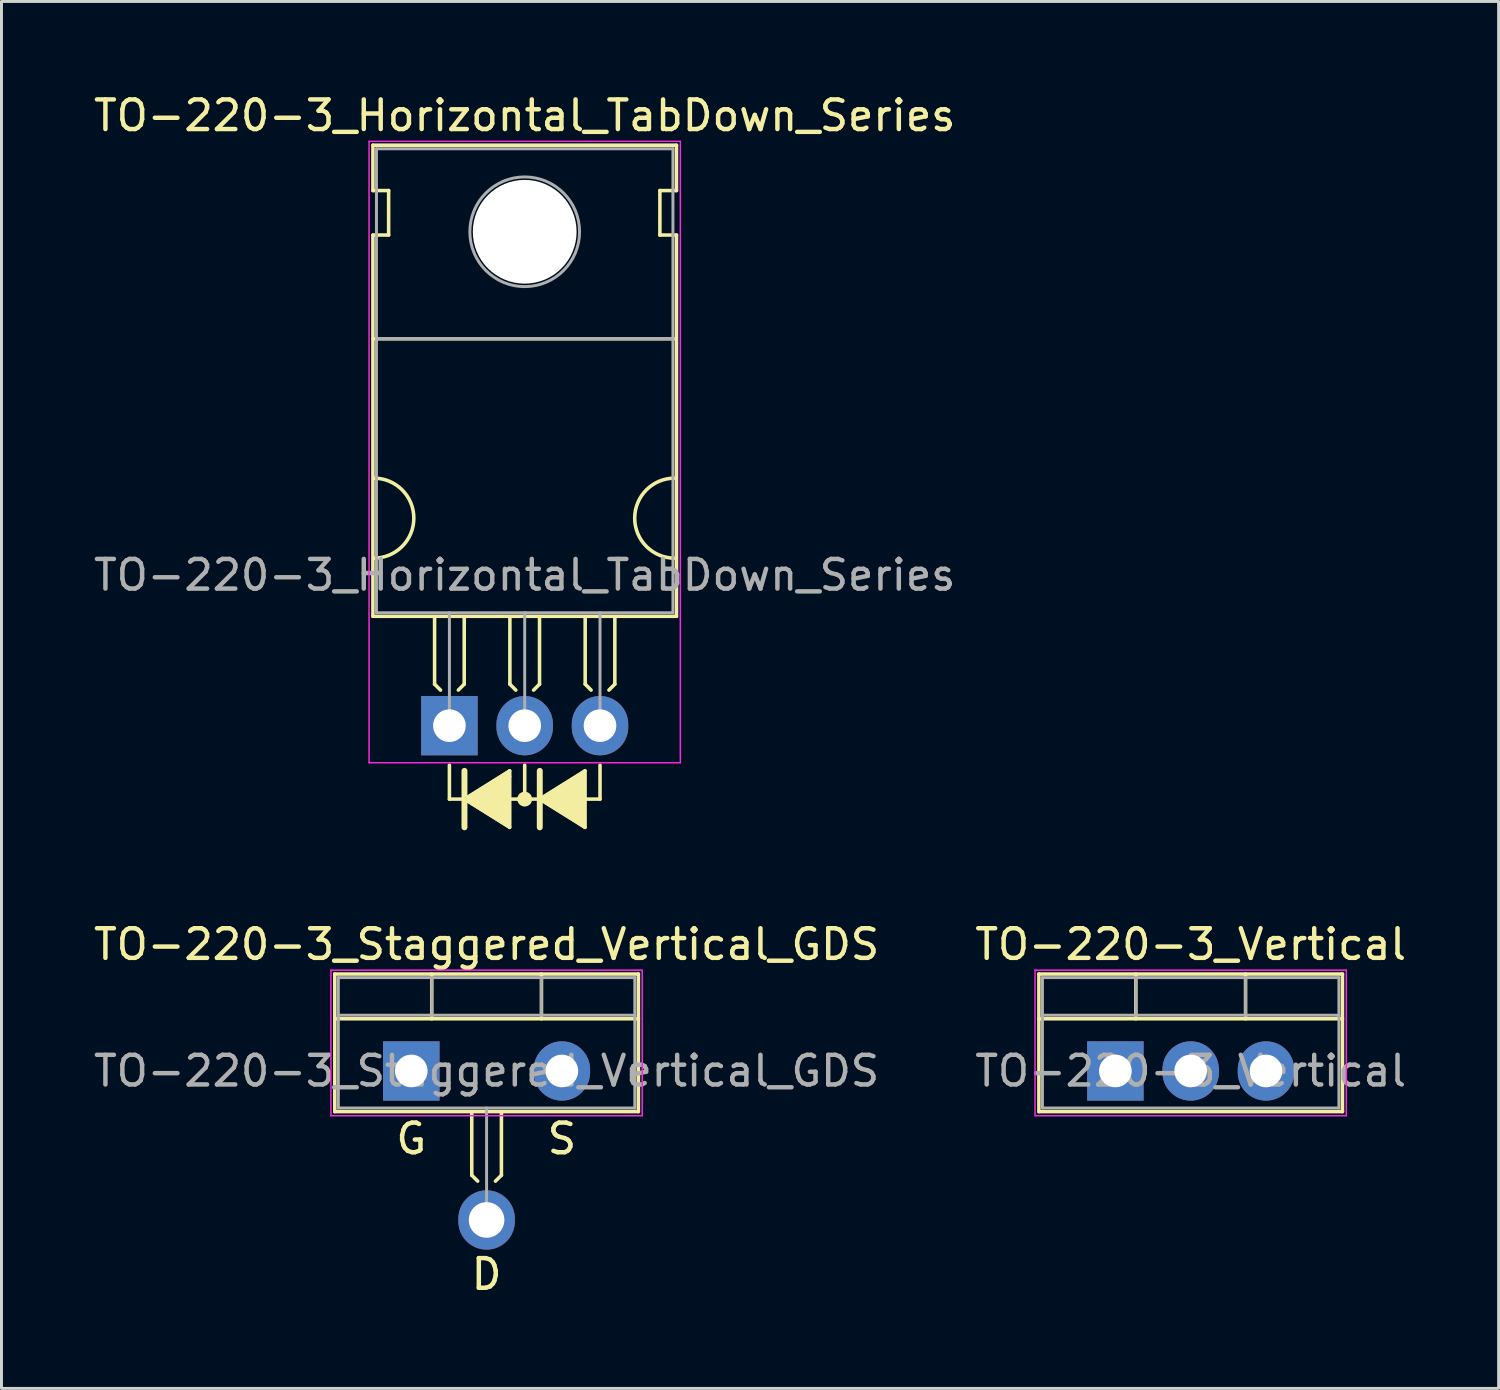
<source format=kicad_pcb>
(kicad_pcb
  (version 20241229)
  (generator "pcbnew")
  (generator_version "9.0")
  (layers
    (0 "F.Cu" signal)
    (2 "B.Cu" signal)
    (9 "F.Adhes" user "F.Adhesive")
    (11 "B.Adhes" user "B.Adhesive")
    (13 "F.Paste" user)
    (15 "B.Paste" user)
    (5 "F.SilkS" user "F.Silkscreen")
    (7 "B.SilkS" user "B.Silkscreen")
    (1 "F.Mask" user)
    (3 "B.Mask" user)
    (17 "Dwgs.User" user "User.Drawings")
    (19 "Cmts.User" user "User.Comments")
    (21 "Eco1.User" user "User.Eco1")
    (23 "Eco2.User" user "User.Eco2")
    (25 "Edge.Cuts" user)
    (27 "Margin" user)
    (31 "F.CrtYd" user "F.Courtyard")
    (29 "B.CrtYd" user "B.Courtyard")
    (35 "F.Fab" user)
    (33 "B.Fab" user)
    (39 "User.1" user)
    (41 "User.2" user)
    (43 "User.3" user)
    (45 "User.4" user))
  (footprint "TO-220-3_Vertical"
    (layer "F.Cu")
    (at 34.573 33.075)
    (property "Reference" "TO-220-3_Vertical" (at 2.54 -4.27 0) (layer "F.SilkS") (effects (font (size 1 1) (thickness 0.15))))
    (attr through_hole)
    (fp_line (start -2.58 -3.27) (end -2.58 1.371) (stroke (width 0.12) (type solid)) (layer "F.SilkS"))
    (fp_line (start -2.58 -3.27) (end 7.66 -3.27) (stroke (width 0.12) (type solid)) (layer "F.SilkS"))
    (fp_line (start -2.58 -1.76) (end 7.66 -1.76) (stroke (width 0.12) (type solid)) (layer "F.SilkS"))
    (fp_line (start -2.58 1.371) (end 7.66 1.371) (stroke (width 0.12) (type solid)) (layer "F.SilkS"))
    (fp_line (start 0.69 -3.27) (end 0.69 -1.76) (stroke (width 0.12) (type solid)) (layer "F.SilkS"))
    (fp_line (start 4.391 -3.27) (end 4.391 -1.76) (stroke (width 0.12) (type solid)) (layer "F.SilkS"))
    (fp_line (start 7.66 -3.27) (end 7.66 1.371) (stroke (width 0.12) (type solid)) (layer "F.SilkS"))
    (fp_line (start -2.71 -3.4) (end -2.71 1.51) (stroke (width 0.05) (type solid)) (layer "F.CrtYd"))
    (fp_line (start -2.71 1.51) (end 7.79 1.51) (stroke (width 0.05) (type solid)) (layer "F.CrtYd"))
    (fp_line (start 7.79 -3.4) (end -2.71 -3.4) (stroke (width 0.05) (type solid)) (layer "F.CrtYd"))
    (fp_line (start 7.79 1.51) (end 7.79 -3.4) (stroke (width 0.05) (type solid)) (layer "F.CrtYd"))
    (fp_line (start -2.46 -3.15) (end -2.46 1.25) (stroke (width 0.1) (type solid)) (layer "F.Fab"))
    (fp_line (start -2.46 -1.88) (end 7.54 -1.88) (stroke (width 0.1) (type solid)) (layer "F.Fab"))
    (fp_line (start -2.46 1.25) (end 7.54 1.25) (stroke (width 0.1) (type solid)) (layer "F.Fab"))
    (fp_line (start 0.69 -3.15) (end 0.69 -1.88) (stroke (width 0.1) (type solid)) (layer "F.Fab"))
    (fp_line (start 4.39 -3.15) (end 4.39 -1.88) (stroke (width 0.1) (type solid)) (layer "F.Fab"))
    (fp_line (start 7.54 -3.15) (end -2.46 -3.15) (stroke (width 0.1) (type solid)) (layer "F.Fab"))
    (fp_line (start 7.54 1.25) (end 7.54 -3.15) (stroke (width 0.1) (type solid)) (layer "F.Fab"))
    (fp_text user "${REFERENCE}" (at 2.54 0 0) (layer "F.Fab") (effects (font (size 1 1) (thickness 0.15))))
    (pad "1" thru_hole rect (at 0 0) (size 1.905 2) (drill 1.1) (layers "*.Cu" "*.Mask"))
    (pad "2" thru_hole oval (at 2.54 0) (size 1.905 2) (drill 1.1) (layers "*.Cu" "*.Mask"))
    (pad "3" thru_hole oval (at 5.08 0) (size 1.905 2) (drill 1.1) (layers "*.Cu" "*.Mask")))
  (footprint "TO-220-3_Horizontal_TabDown_Series"
    (layer "F.Cu")
    (at 12.109 21.428)
    (property "Reference" "TO-220-3_Horizontal_TabDown_Series" (at 2.54 -20.58 0) (layer "F.SilkS") (effects (font (size 1 1) (thickness 0.15))))
    (attr through_hole)
    (fp_line (start -2.58 -19.58) (end -2.58 -18.05) (stroke (width 0.12) (type solid)) (layer "F.SilkS"))
    (fp_line (start -2.58 -19.58) (end 7.66 -19.58) (stroke (width 0.12) (type solid)) (layer "F.SilkS"))
    (fp_line (start -2.58 -18.05) (end -2.05 -18.05) (stroke (width 0.12) (type solid)) (layer "F.SilkS"))
    (fp_line (start -2.58 -16.55) (end -2.58 -3.69) (stroke (width 0.12) (type solid)) (layer "F.SilkS"))
    (fp_line (start -2.58 -3.69) (end 7.66 -3.69) (stroke (width 0.12) (type solid)) (layer "F.SilkS"))
    (fp_line (start -2.575 -13.05) (end 7.65 -13.05) (stroke (width 0.12) (type solid)) (layer "F.SilkS"))
    (fp_line (start -2.05 -18.05) (end -2.05 -16.55) (stroke (width 0.12) (type solid)) (layer "F.SilkS"))
    (fp_line (start -2.05 -16.55) (end -2.575 -16.55) (stroke (width 0.12) (type solid)) (layer "F.SilkS"))
    (fp_line (start -0.5 -3.65) (end -0.5 -1.4) (stroke (width 0.12) (type solid)) (layer "F.SilkS"))
    (fp_line (start -0.5 -1.4) (end -0.3 -1.2) (stroke (width 0.12) (type solid)) (layer "F.SilkS"))
    (fp_line (start 0 1.333) (end 0 2.477) (stroke (width 0.12) (type solid)) (layer "F.SilkS"))
    (fp_line (start 0 2.477) (end 0.508 2.477) (stroke (width 0.12) (type solid)) (layer "F.SilkS"))
    (fp_line (start 0.5 -3.65) (end 0.5 -1.4) (stroke (width 0.12) (type solid)) (layer "F.SilkS"))
    (fp_line (start 0.5 -1.4) (end 0.3 -1.2) (stroke (width 0.12) (type solid)) (layer "F.SilkS"))
    (fp_line (start 0.508 1.524) (end 0.508 3.429) (stroke (width 0.2) (type solid)) (layer "F.SilkS"))
    (fp_line (start 0.508 2.477) (end 2.032 1.524) (stroke (width 0.12) (type solid)) (layer "F.SilkS"))
    (fp_line (start 0.508 2.477) (end 2.032 3.429) (stroke (width 0.12) (type solid)) (layer "F.SilkS"))
    (fp_line (start 2.032 1.714) (end 2.032 1.524) (stroke (width 0.12) (type solid)) (layer "F.SilkS"))
    (fp_line (start 2.032 3.429) (end 2.032 1.714) (stroke (width 0.12) (type solid)) (layer "F.SilkS"))
    (fp_line (start 2.04 -3.65) (end 2.04 -1.4) (stroke (width 0.12) (type solid)) (layer "F.SilkS"))
    (fp_line (start 2.04 -1.4) (end 2.24 -1.2) (stroke (width 0.12) (type solid)) (layer "F.SilkS"))
    (fp_line (start 2.54 1.333) (end 2.54 2.477) (stroke (width 0.12) (type solid)) (layer "F.SilkS"))
    (fp_line (start 2.54 2.477) (end 2.032 2.477) (stroke (width 0.12) (type solid)) (layer "F.SilkS"))
    (fp_line (start 2.54 2.477) (end 3.048 2.477) (stroke (width 0.12) (type solid)) (layer "F.SilkS"))
    (fp_line (start 3.04 -3.65) (end 3.04 -1.4) (stroke (width 0.12) (type solid)) (layer "F.SilkS"))
    (fp_line (start 3.04 -1.4) (end 2.84 -1.2) (stroke (width 0.12) (type solid)) (layer "F.SilkS"))
    (fp_line (start 3.048 1.524) (end 3.048 3.429) (stroke (width 0.2) (type solid)) (layer "F.SilkS"))
    (fp_line (start 3.048 2.477) (end 4.572 3.429) (stroke (width 0.12) (type solid)) (layer "F.SilkS"))
    (fp_line (start 4.572 1.524) (end 3.048 2.477) (stroke (width 0.12) (type solid)) (layer "F.SilkS"))
    (fp_line (start 4.572 3.429) (end 4.572 1.524) (stroke (width 0.12) (type solid)) (layer "F.SilkS"))
    (fp_line (start 4.58 -3.65) (end 4.58 -1.4) (stroke (width 0.12) (type solid)) (layer "F.SilkS"))
    (fp_line (start 4.58 -1.4) (end 4.78 -1.2) (stroke (width 0.12) (type solid)) (layer "F.SilkS"))
    (fp_line (start 5.08 1.333) (end 5.08 2.477) (stroke (width 0.12) (type solid)) (layer "F.SilkS"))
    (fp_line (start 5.08 2.477) (end 4.572 2.477) (stroke (width 0.12) (type solid)) (layer "F.SilkS"))
    (fp_line (start 5.58 -3.65) (end 5.58 -1.4) (stroke (width 0.12) (type solid)) (layer "F.SilkS"))
    (fp_line (start 5.58 -1.4) (end 5.38 -1.2) (stroke (width 0.12) (type solid)) (layer "F.SilkS"))
    (fp_line (start 7.1 -18.05) (end 7.66 -18.05) (stroke (width 0.12) (type solid)) (layer "F.SilkS"))
    (fp_line (start 7.1 -16.55) (end 7.1 -18.05) (stroke (width 0.12) (type solid)) (layer "F.SilkS"))
    (fp_line (start 7.66 -19.58) (end 7.66 -18.05) (stroke (width 0.12) (type solid)) (layer "F.SilkS"))
    (fp_line (start 7.66 -16.55) (end 7.1 -16.55) (stroke (width 0.12) (type solid)) (layer "F.SilkS"))
    (fp_line (start 7.66 -16.55) (end 7.66 -3.69) (stroke (width 0.12) (type solid)) (layer "F.SilkS"))
    (fp_arc (start -2.55 -8.35) (mid -1.2 -7) (end -2.55 -5.65) (stroke (width 0.12) (type solid)) (layer "F.SilkS"))
    (fp_arc (start 7.6 -5.65) (mid 6.25 -7) (end 7.6 -8.35) (stroke (width 0.12) (type solid)) (layer "F.SilkS"))
    (fp_circle (center 2.54 2.477) (end 2.54 2.54) (stroke (width 0.12) (type solid)) (fill no) (layer "F.SilkS"))
    (fp_circle (center 2.54 2.477) (end 2.54 2.603) (stroke (width 0.12) (type solid)) (fill no) (layer "F.SilkS"))
    (fp_circle (center 2.54 2.477) (end 2.54 2.667) (stroke (width 0.12) (type solid)) (fill no) (layer "F.SilkS"))
    (fp_poly (pts (xy 0.508 2.477) (xy 2.032 1.524) (xy 2.032 3.429)) (stroke (width 0.1) (type solid)) (fill yes) (layer "F.SilkS"))
    (fp_poly (pts (xy 4.572 3.429) (xy 3.048 2.477) (xy 4.572 1.524)) (stroke (width 0.1) (type solid)) (fill yes) (layer "F.SilkS"))
    (fp_line (start -2.71 -19.71) (end -2.71 1.25) (stroke (width 0.05) (type solid)) (layer "F.CrtYd"))
    (fp_line (start -2.71 1.25) (end 7.79 1.25) (stroke (width 0.05) (type solid)) (layer "F.CrtYd"))
    (fp_line (start 7.79 -19.71) (end -2.71 -19.71) (stroke (width 0.05) (type solid)) (layer "F.CrtYd"))
    (fp_line (start 7.79 1.25) (end 7.79 -19.71) (stroke (width 0.05) (type solid)) (layer "F.CrtYd"))
    (fp_line (start -2.46 -19.46) (end 7.54 -19.46) (stroke (width 0.1) (type solid)) (layer "F.Fab"))
    (fp_line (start -2.46 -13.06) (end -2.46 -19.46) (stroke (width 0.1) (type solid)) (layer "F.Fab"))
    (fp_line (start -2.46 -13.06) (end 7.54 -13.06) (stroke (width 0.1) (type solid)) (layer "F.Fab"))
    (fp_line (start -2.46 -3.81) (end -2.46 -13.06) (stroke (width 0.1) (type solid)) (layer "F.Fab"))
    (fp_line (start 0 -3.81) (end 0 0) (stroke (width 0.1) (type solid)) (layer "F.Fab"))
    (fp_line (start 2.54 -3.81) (end 2.54 0) (stroke (width 0.1) (type solid)) (layer "F.Fab"))
    (fp_line (start 5.08 -3.81) (end 5.08 0) (stroke (width 0.1) (type solid)) (layer "F.Fab"))
    (fp_line (start 7.54 -19.46) (end 7.54 -13.06) (stroke (width 0.1) (type solid)) (layer "F.Fab"))
    (fp_line (start 7.54 -13.06) (end -2.46 -13.06) (stroke (width 0.1) (type solid)) (layer "F.Fab"))
    (fp_line (start 7.54 -13.06) (end 7.54 -3.81) (stroke (width 0.1) (type solid)) (layer "F.Fab"))
    (fp_line (start 7.54 -3.81) (end -2.46 -3.81) (stroke (width 0.1) (type solid)) (layer "F.Fab"))
    (fp_circle (center 2.54 -16.66) (end 4.39 -16.66) (stroke (width 0.1) (type solid)) (fill no) (layer "F.Fab"))
    (fp_text user "${REFERENCE}" (at 2.54 -5.08 0) (layer "F.Fab") (effects (font (size 1 1) (thickness 0.15))))
    (pad "" np_thru_hole oval (at 2.54 -16.66) (size 3.5 3.5) (drill 3.5) (layers "*.Cu" "*.Mask"))
    (pad "1" thru_hole rect (at 0 0) (size 1.905 2) (drill 1.1) (layers "*.Cu" "*.Mask"))
    (pad "2" thru_hole oval (at 2.54 0) (size 1.905 2) (drill 1.1) (layers "*.Cu" "*.Mask"))
    (pad "3" thru_hole oval (at 5.08 0) (size 1.905 2) (drill 1.1) (layers "*.Cu" "*.Mask")))
  (footprint "TO-220-3_Staggered_Vertical_GDS"
    (layer "F.Cu")
    (at 10.823 33.075)
    (property "Reference" "TO-220-3_Staggered_Vertical_GDS" (at 2.54 -4.27 0) (layer "F.SilkS") (effects (font (size 1 1) (thickness 0.15))))
    (fp_line (start -2.58 -3.27) (end -2.58 1.371) (stroke (width 0.12) (type solid)) (layer "F.SilkS"))
    (fp_line (start -2.58 -3.27) (end 7.66 -3.27) (stroke (width 0.12) (type solid)) (layer "F.SilkS"))
    (fp_line (start -2.58 -1.76) (end 7.66 -1.76) (stroke (width 0.12) (type solid)) (layer "F.SilkS"))
    (fp_line (start -2.58 1.371) (end 3.048 1.371) (stroke (width 0.12) (type solid)) (layer "F.SilkS"))
    (fp_line (start 0.69 -3.27) (end 0.69 -1.76) (stroke (width 0.12) (type solid)) (layer "F.SilkS"))
    (fp_line (start 2.04 1.417) (end 2.04 3.517) (stroke (width 0.12) (type solid)) (layer "F.SilkS"))
    (fp_line (start 2.04 3.517) (end 2.24 3.716) (stroke (width 0.12) (type solid)) (layer "F.SilkS"))
    (fp_line (start 3.04 1.417) (end 3.04 3.517) (stroke (width 0.12) (type solid)) (layer "F.SilkS"))
    (fp_line (start 3.04 3.517) (end 2.84 3.716) (stroke (width 0.12) (type solid)) (layer "F.SilkS"))
    (fp_line (start 4.391 -3.27) (end 4.391 -1.76) (stroke (width 0.12) (type solid)) (layer "F.SilkS"))
    (fp_line (start 7.66 -3.27) (end 7.66 1.371) (stroke (width 0.12) (type solid)) (layer "F.SilkS"))
    (fp_line (start 7.66 1.371) (end 3.048 1.371) (stroke (width 0.12) (type solid)) (layer "F.SilkS"))
    (fp_line (start -2.71 -3.4) (end -2.71 1.51) (stroke (width 0.05) (type solid)) (layer "F.CrtYd"))
    (fp_line (start -2.71 1.51) (end 7.79 1.51) (stroke (width 0.05) (type solid)) (layer "F.CrtYd"))
    (fp_line (start 7.79 -3.4) (end -2.71 -3.4) (stroke (width 0.05) (type solid)) (layer "F.CrtYd"))
    (fp_line (start 7.79 1.51) (end 7.79 -3.4) (stroke (width 0.05) (type solid)) (layer "F.CrtYd"))
    (fp_line (start -2.46 -3.15) (end -2.46 1.25) (stroke (width 0.1) (type solid)) (layer "F.Fab"))
    (fp_line (start -2.46 -1.88) (end 7.54 -1.88) (stroke (width 0.1) (type solid)) (layer "F.Fab"))
    (fp_line (start -2.46 1.25) (end 7.54 1.25) (stroke (width 0.1) (type solid)) (layer "F.Fab"))
    (fp_line (start 0.69 -3.15) (end 0.69 -1.88) (stroke (width 0.1) (type solid)) (layer "F.Fab"))
    (fp_line (start 2.54 5.08) (end 2.54 1.25) (stroke (width 0.1) (type solid)) (layer "F.Fab"))
    (fp_line (start 4.39 -3.15) (end 4.39 -1.88) (stroke (width 0.1) (type solid)) (layer "F.Fab"))
    (fp_line (start 7.54 -3.15) (end -2.46 -3.15) (stroke (width 0.1) (type solid)) (layer "F.Fab"))
    (fp_line (start 7.54 1.25) (end 7.54 -3.15) (stroke (width 0.1) (type solid)) (layer "F.Fab"))
    (fp_text user "D" (at 2.54 6.858 0) (unlocked yes) (layer "F.SilkS") (effects (font (size 1 1) (thickness 0.15))))
    (fp_text user "G" (at 0 2.286 0) (unlocked yes) (layer "F.SilkS") (effects (font (size 1 1) (thickness 0.15))))
    (fp_text user "S" (at 5.08 2.286 0) (unlocked yes) (layer "F.SilkS") (effects (font (size 1 1) (thickness 0.15))))
    (fp_text user "${REFERENCE}" (at 2.54 0 0) (layer "F.Fab") (effects (font (size 1 1) (thickness 0.15))))
    (pad "1" thru_hole rect (at 0 0) (size 1.905 2) (drill 1.1) (layers "*.Cu" "*.Mask"))
    (pad "2" thru_hole oval (at 2.54 5.026) (size 1.905 2) (drill 1.2) (layers "*.Cu" "*.Mask"))
    (pad "3" thru_hole oval (at 5.08 0) (size 1.905 2) (drill 1.1) (layers "*.Cu" "*.Mask")))
  (gr_rect
    (start -3 -3)
    (end 47.5 43.782)
    (stroke (width 0.1) (type default))
    (fill no)
    (layer "Edge.Cuts")))
</source>
